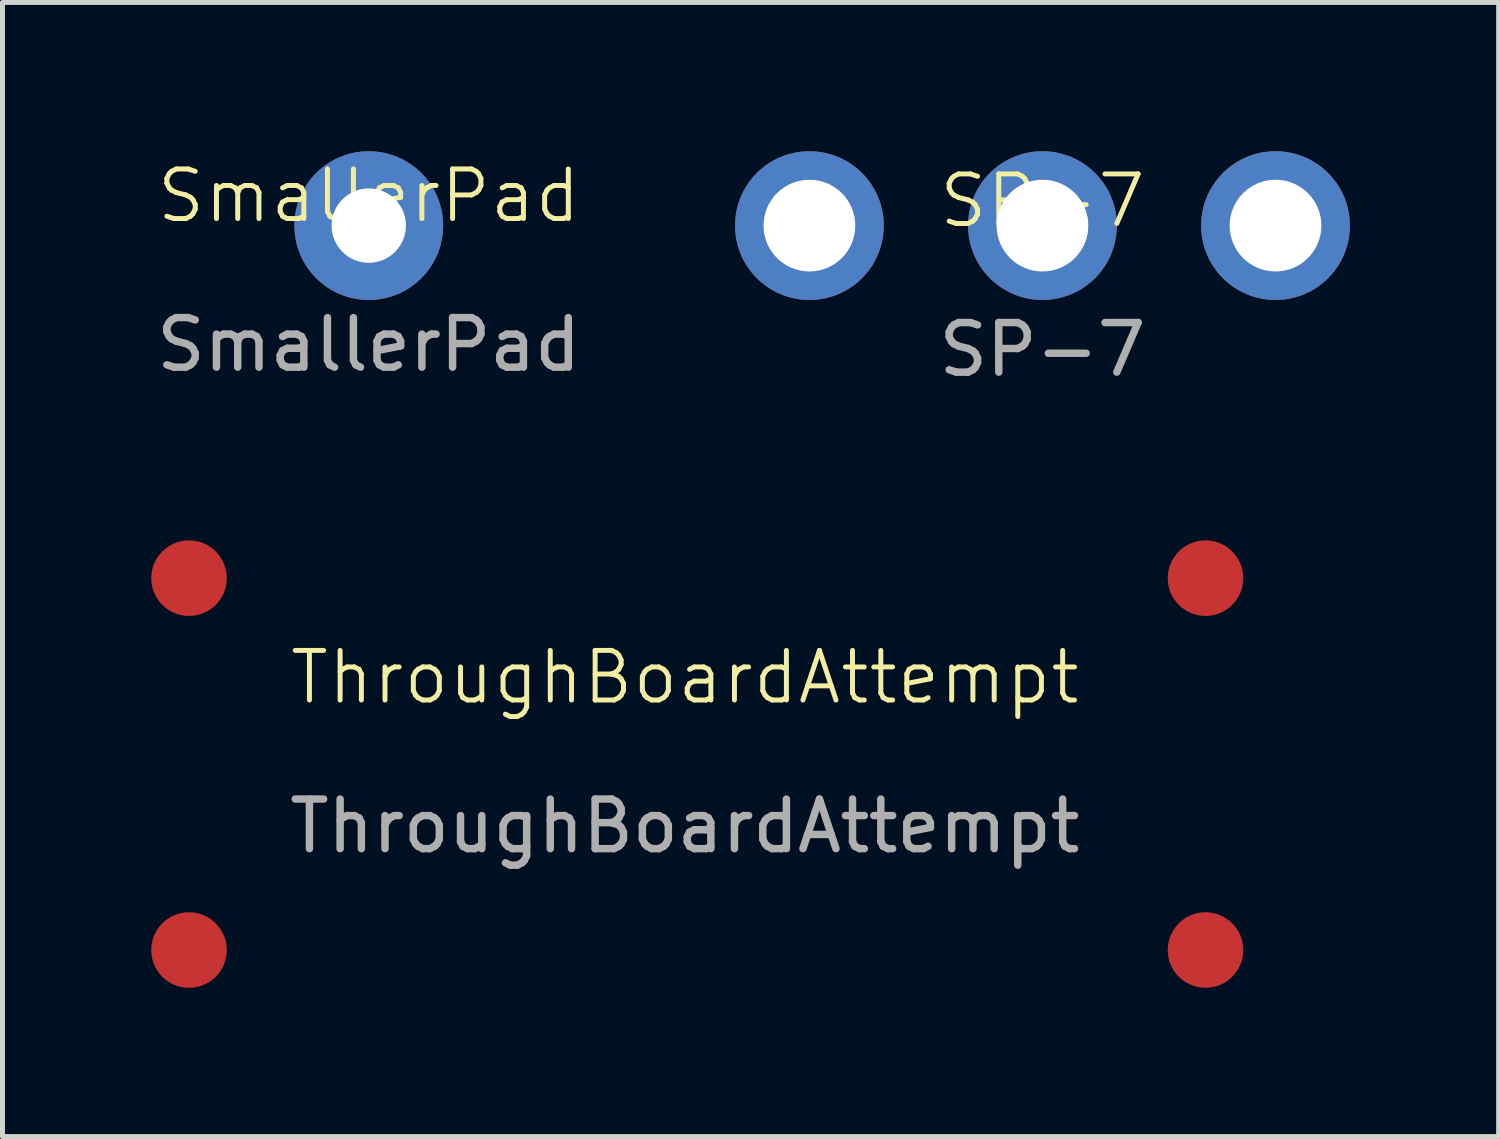
<source format=kicad_pcb>
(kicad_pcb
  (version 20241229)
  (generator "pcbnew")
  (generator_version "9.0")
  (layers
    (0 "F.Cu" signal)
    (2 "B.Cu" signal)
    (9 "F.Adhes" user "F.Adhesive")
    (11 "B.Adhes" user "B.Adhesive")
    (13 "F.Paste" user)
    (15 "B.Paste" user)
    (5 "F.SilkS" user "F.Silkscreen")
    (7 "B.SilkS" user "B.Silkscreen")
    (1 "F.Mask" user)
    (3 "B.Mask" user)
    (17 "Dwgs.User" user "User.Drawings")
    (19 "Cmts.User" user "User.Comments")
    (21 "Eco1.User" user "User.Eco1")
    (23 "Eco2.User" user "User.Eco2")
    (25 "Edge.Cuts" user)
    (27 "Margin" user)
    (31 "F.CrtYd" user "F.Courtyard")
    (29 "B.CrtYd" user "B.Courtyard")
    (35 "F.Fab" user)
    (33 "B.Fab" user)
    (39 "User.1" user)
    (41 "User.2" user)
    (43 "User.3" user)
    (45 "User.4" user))
  (footprint "ThroughBoardAttempt"
    (layer "F.Cu")
    (at 10.762 11.11)
    (property "Reference" "ThroughBoardAttempt" (at 0 -0.5 0) (unlocked yes) (layer "F.SilkS") (effects (font (size 1 1) (thickness 0.1))))
    (attr through_hole)
    (fp_text user "${REFERENCE}" (at 0 2.5 0) (unlocked yes) (layer "F.Fab") (effects (font (size 1 1) (thickness 0.15))))
    (pad "1" smd circle (at -10 -2.5) (size 1.524 1.524) (layers "F.Cu" "F.Mask" "F.Paste"))
    (pad "2" smd circle (at -10 5) (size 1.524 1.524) (layers "F.Cu" "F.Mask" "F.Paste"))
    (pad "3" smd circle (at 10.5 -2.5) (size 1.524 1.524) (layers "F.Cu" "F.Mask" "F.Paste"))
    (pad "4" smd circle (at 10.5 5) (size 1.524 1.524) (layers "F.Cu" "F.Mask" "F.Paste")))
  (footprint "SmallerPad"
    (layer "F.Cu")
    (at 4.387 1.4)
    (property "Reference" "SmallerPad" (at 0 -0.5 0) (unlocked yes) (layer "F.SilkS") (effects (font (size 1 1) (thickness 0.1))))
    (attr through_hole)
    (fp_text user "${REFERENCE}" (at 0 2.5 0) (unlocked yes) (layer "F.Fab") (effects (font (size 1 1) (thickness 0.15))))
    (pad "1" thru_hole circle (at 0 0.1) (size 3 3) (drill 1.5) (layers "*.Cu" "*.Mask")))
  (footprint "SP-7"
    (layer "F.Cu")
    (at 17.974 1.5)
    (property "Reference" "SP-7" (at 0 -0.5 0) (unlocked yes) (layer "F.SilkS") (effects (font (size 1 1) (thickness 0.1))))
    (attr through_hole)
    (fp_text user "${REFERENCE}" (at 0 2.5 0) (unlocked yes) (layer "F.Fab") (effects (font (size 1 1) (thickness 0.15))))
    (pad "1" thru_hole circle (at 4.7 0) (size 3 3) (drill 1.85) (layers "*.Cu" "*.Mask"))
    (pad "2" thru_hole circle (at -4.7 0) (size 3 3) (drill 1.85) (layers "*.Cu" "*.Mask"))
    (pad "3" thru_hole circle (at 0 0) (size 3 3) (drill 1.85) (layers "*.Cu" "*.Mask")))
  (gr_rect
    (start -3 -3)
    (end 27.174 19.872)
    (stroke (width 0.1) (type default))
    (fill no)
    (layer "Edge.Cuts")))
</source>
